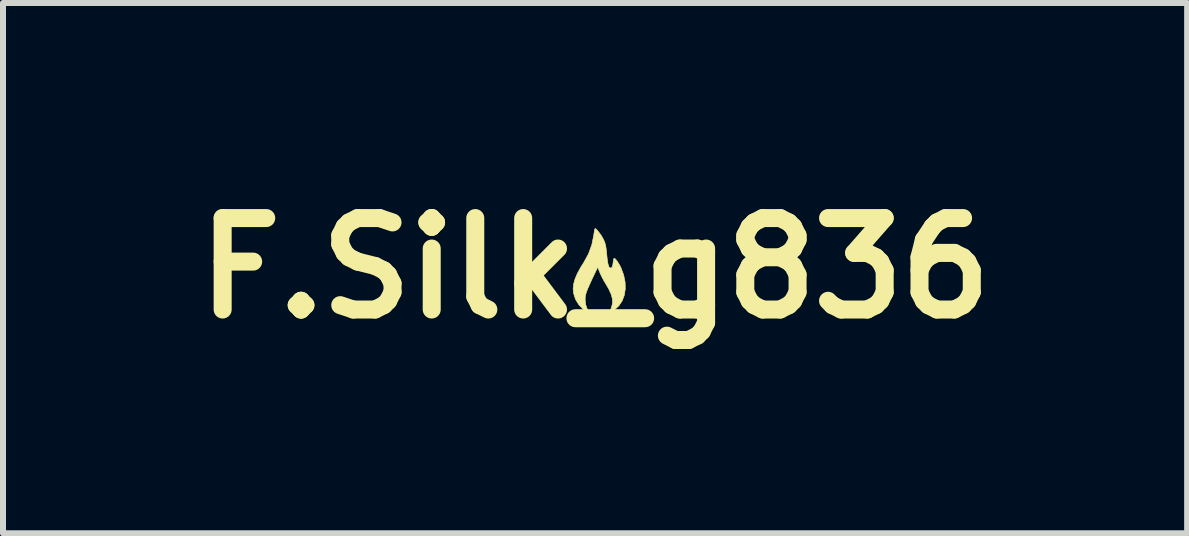
<source format=kicad_pcb>
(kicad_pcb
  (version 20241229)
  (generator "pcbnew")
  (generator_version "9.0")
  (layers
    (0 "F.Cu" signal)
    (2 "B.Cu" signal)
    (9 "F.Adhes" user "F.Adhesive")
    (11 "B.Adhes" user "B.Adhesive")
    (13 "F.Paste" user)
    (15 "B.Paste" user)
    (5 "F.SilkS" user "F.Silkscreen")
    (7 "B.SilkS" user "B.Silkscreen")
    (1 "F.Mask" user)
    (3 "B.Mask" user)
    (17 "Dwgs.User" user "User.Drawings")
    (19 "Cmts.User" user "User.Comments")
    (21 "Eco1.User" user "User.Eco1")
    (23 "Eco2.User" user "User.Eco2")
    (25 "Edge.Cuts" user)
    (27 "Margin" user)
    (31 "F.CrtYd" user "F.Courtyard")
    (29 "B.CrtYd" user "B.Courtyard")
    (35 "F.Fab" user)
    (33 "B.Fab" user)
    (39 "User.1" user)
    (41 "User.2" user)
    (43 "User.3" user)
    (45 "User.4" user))
  (footprint "F.Silk_g836"
    (layer "F.Cu")
    (at 6.865 1.418)
    (property "Reference" "F.Silk_g836" (at 0 0 0) (layer "F.SilkS") (effects (font (size 1.524 1.524) (thickness 0.3))))
    (attr through_hole)
    (fp_poly (pts (xy 0.018 -0.65) (xy 0.044 -0.623) (xy 0.074 -0.585) (xy 0.105 -0.541) (xy 0.131 -0.496) (xy 0.143 -0.474) (xy 0.162 -0.429) (xy 0.175 -0.384) (xy 0.184 -0.331) (xy 0.192 -0.262) (xy 0.193 -0.25) (xy 0.202 -0.159) (xy 0.212 -0.09) (xy 0.223 -0.043) (xy 0.236 -0.015) (xy 0.249 -0.004) (xy 0.271 -0.003) (xy 0.286 -0.021) (xy 0.297 -0.06) (xy 0.301 -0.093) (xy 0.307 -0.132) (xy 0.313 -0.158) (xy 0.318 -0.165) (xy 0.336 -0.155) (xy 0.36 -0.127) (xy 0.388 -0.087) (xy 0.415 -0.04) (xy 0.432 -0.006) (xy 0.477 0.115) (xy 0.501 0.233) (xy 0.504 0.345) (xy 0.488 0.45) (xy 0.452 0.545) (xy 0.397 0.627) (xy 0.337 0.683) (xy 0.294 0.713) (xy 0.267 0.724) (xy 0.256 0.717) (xy 0.261 0.69) (xy 0.273 0.656) (xy 0.291 0.589) (xy 0.29 0.516) (xy 0.269 0.436) (xy 0.228 0.346) (xy 0.183 0.269) (xy 0.148 0.21) (xy 0.114 0.147) (xy 0.087 0.089) (xy 0.08 0.072) (xy 0.045 -0.017) (xy -0.009 0.096) (xy -0.056 0.195) (xy -0.092 0.275) (xy -0.12 0.338) (xy -0.14 0.389) (xy -0.153 0.43) (xy -0.161 0.465) (xy -0.164 0.497) (xy -0.165 0.522) (xy -0.156 0.606) (xy -0.139 0.659) (xy -0.125 0.692) (xy -0.116 0.714) (xy -0.114 0.719) (xy -0.123 0.725) (xy -0.146 0.719) (xy -0.176 0.702) (xy -0.193 0.689) (xy -0.27 0.61) (xy -0.325 0.52) (xy -0.357 0.421) (xy -0.365 0.346) (xy -0.357 0.267) (xy -0.334 0.182) (xy -0.294 0.088) (xy -0.236 -0.018) (xy -0.185 -0.099) (xy -0.109 -0.238) (xy -0.054 -0.388) (xy -0.023 -0.541) (xy -0.015 -0.592) (xy -0.008 -0.633) (xy -0.002 -0.656) (xy 0.001 -0.66) (xy 0.018 -0.65)) (stroke (width 0.01) (type solid)) (fill yes) (layer "F.SilkS")))
  (gr_rect
    (start -3 -3)
    (end 16.731 5.836)
    (stroke (width 0.1) (type default))
    (fill no)
    (layer "Edge.Cuts")))
</source>
